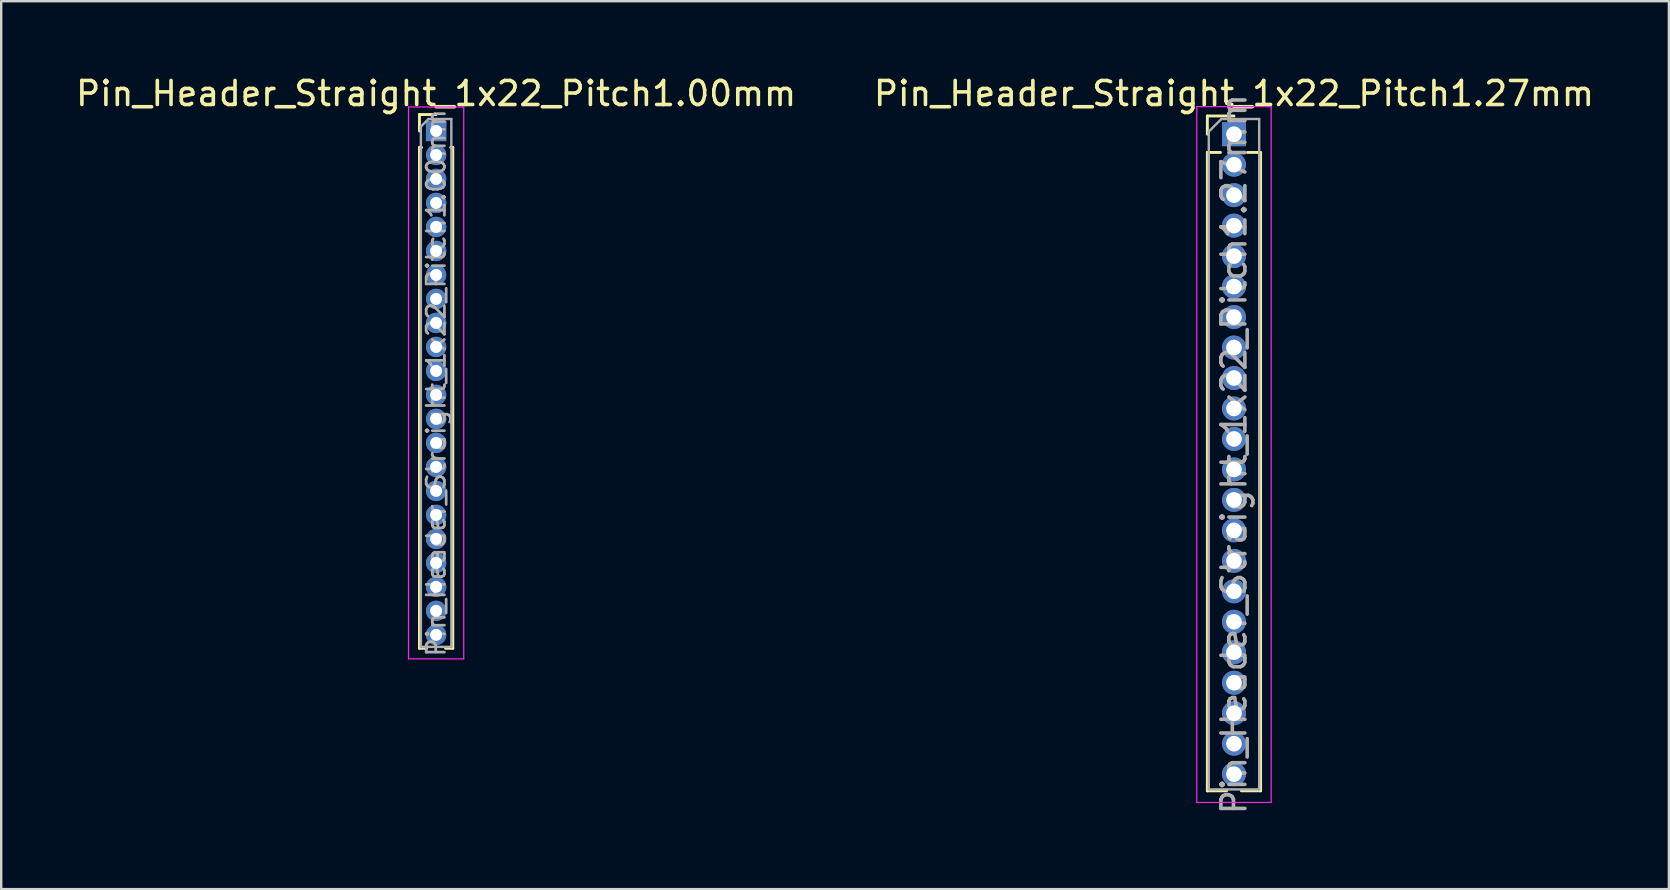
<source format=kicad_pcb>
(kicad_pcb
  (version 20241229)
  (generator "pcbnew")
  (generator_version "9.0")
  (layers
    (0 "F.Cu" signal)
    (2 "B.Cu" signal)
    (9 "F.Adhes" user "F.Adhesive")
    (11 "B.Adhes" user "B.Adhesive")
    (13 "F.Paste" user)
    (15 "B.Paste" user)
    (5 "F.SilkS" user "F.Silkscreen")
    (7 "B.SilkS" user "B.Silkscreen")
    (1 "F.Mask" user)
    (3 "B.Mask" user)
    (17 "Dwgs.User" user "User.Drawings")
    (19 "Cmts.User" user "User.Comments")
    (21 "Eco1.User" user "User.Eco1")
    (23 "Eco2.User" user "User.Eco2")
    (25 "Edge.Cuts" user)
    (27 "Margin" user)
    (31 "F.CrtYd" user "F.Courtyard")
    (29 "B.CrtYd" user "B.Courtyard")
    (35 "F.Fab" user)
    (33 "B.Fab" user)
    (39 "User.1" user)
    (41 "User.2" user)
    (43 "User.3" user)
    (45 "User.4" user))
  (footprint "Pin_Header_Straight_1x22_Pitch1.00mm"
    (layer "F.Cu")
    (at 15.125 2.408)
    (property "Reference" "Pin_Header_Straight_1x22_Pitch1.00mm" (at 0 -1.56 0) (layer "F.SilkS") (effects (font (size 1 1) (thickness 0.15))))
    (attr through_hole)
    (fp_line (start -0.695 -0.685) (end 0 -0.685) (stroke (width 0.12) (type solid)) (layer "F.SilkS"))
    (fp_line (start -0.695 0) (end -0.695 -0.685) (stroke (width 0.12) (type solid)) (layer "F.SilkS"))
    (fp_line (start -0.695 0.685) (end -0.695 21.56) (stroke (width 0.12) (type solid)) (layer "F.SilkS"))
    (fp_line (start -0.695 0.685) (end -0.608 0.685) (stroke (width 0.12) (type solid)) (layer "F.SilkS"))
    (fp_line (start -0.695 21.56) (end -0.394 21.56) (stroke (width 0.12) (type solid)) (layer "F.SilkS"))
    (fp_line (start 0.394 21.56) (end 0.695 21.56) (stroke (width 0.12) (type solid)) (layer "F.SilkS"))
    (fp_line (start 0.608 0.685) (end 0.695 0.685) (stroke (width 0.12) (type solid)) (layer "F.SilkS"))
    (fp_line (start 0.695 0.685) (end 0.695 21.56) (stroke (width 0.12) (type solid)) (layer "F.SilkS"))
    (fp_line (start -1.15 -1) (end -1.15 22) (stroke (width 0.05) (type solid)) (layer "F.CrtYd"))
    (fp_line (start -1.15 22) (end 1.15 22) (stroke (width 0.05) (type solid)) (layer "F.CrtYd"))
    (fp_line (start 1.15 -1) (end -1.15 -1) (stroke (width 0.05) (type solid)) (layer "F.CrtYd"))
    (fp_line (start 1.15 22) (end 1.15 -1) (stroke (width 0.05) (type solid)) (layer "F.CrtYd"))
    (fp_line (start -0.635 -0.182) (end -0.318 -0.5) (stroke (width 0.1) (type solid)) (layer "F.Fab"))
    (fp_line (start -0.635 21.5) (end -0.635 -0.182) (stroke (width 0.1) (type solid)) (layer "F.Fab"))
    (fp_line (start -0.318 -0.5) (end 0.635 -0.5) (stroke (width 0.1) (type solid)) (layer "F.Fab"))
    (fp_line (start 0.635 -0.5) (end 0.635 21.5) (stroke (width 0.1) (type solid)) (layer "F.Fab"))
    (fp_line (start 0.635 21.5) (end -0.635 21.5) (stroke (width 0.1) (type solid)) (layer "F.Fab"))
    (fp_text user "${REFERENCE}" (at 0 10.5 90) (layer "F.Fab") (effects (font (size 0.76 0.76) (thickness 0.114))))
    (pad "1" thru_hole rect (at 0 0) (size 0.85 0.85) (drill 0.5) (layers "*.Cu" "*.Mask"))
    (pad "2" thru_hole oval (at 0 1) (size 0.85 0.85) (drill 0.5) (layers "*.Cu" "*.Mask"))
    (pad "3" thru_hole oval (at 0 2) (size 0.85 0.85) (drill 0.5) (layers "*.Cu" "*.Mask"))
    (pad "4" thru_hole oval (at 0 3) (size 0.85 0.85) (drill 0.5) (layers "*.Cu" "*.Mask"))
    (pad "5" thru_hole oval (at 0 4) (size 0.85 0.85) (drill 0.5) (layers "*.Cu" "*.Mask"))
    (pad "6" thru_hole oval (at 0 5) (size 0.85 0.85) (drill 0.5) (layers "*.Cu" "*.Mask"))
    (pad "7" thru_hole oval (at 0 6) (size 0.85 0.85) (drill 0.5) (layers "*.Cu" "*.Mask"))
    (pad "8" thru_hole oval (at 0 7) (size 0.85 0.85) (drill 0.5) (layers "*.Cu" "*.Mask"))
    (pad "9" thru_hole oval (at 0 8) (size 0.85 0.85) (drill 0.5) (layers "*.Cu" "*.Mask"))
    (pad "10" thru_hole oval (at 0 9) (size 0.85 0.85) (drill 0.5) (layers "*.Cu" "*.Mask"))
    (pad "11" thru_hole oval (at 0 10) (size 0.85 0.85) (drill 0.5) (layers "*.Cu" "*.Mask"))
    (pad "12" thru_hole oval (at 0 11) (size 0.85 0.85) (drill 0.5) (layers "*.Cu" "*.Mask"))
    (pad "13" thru_hole oval (at 0 12) (size 0.85 0.85) (drill 0.5) (layers "*.Cu" "*.Mask"))
    (pad "14" thru_hole oval (at 0 13) (size 0.85 0.85) (drill 0.5) (layers "*.Cu" "*.Mask"))
    (pad "15" thru_hole oval (at 0 14) (size 0.85 0.85) (drill 0.5) (layers "*.Cu" "*.Mask"))
    (pad "16" thru_hole oval (at 0 15) (size 0.85 0.85) (drill 0.5) (layers "*.Cu" "*.Mask"))
    (pad "17" thru_hole oval (at 0 16) (size 0.85 0.85) (drill 0.5) (layers "*.Cu" "*.Mask"))
    (pad "18" thru_hole oval (at 0 17) (size 0.85 0.85) (drill 0.5) (layers "*.Cu" "*.Mask"))
    (pad "19" thru_hole oval (at 0 18) (size 0.85 0.85) (drill 0.5) (layers "*.Cu" "*.Mask"))
    (pad "20" thru_hole oval (at 0 19) (size 0.85 0.85) (drill 0.5) (layers "*.Cu" "*.Mask"))
    (pad "21" thru_hole oval (at 0 20) (size 0.85 0.85) (drill 0.5) (layers "*.Cu" "*.Mask"))
    (pad "22" thru_hole oval (at 0 21) (size 0.85 0.85) (drill 0.5) (layers "*.Cu" "*.Mask")))
  (footprint "Pin_Header_Straight_1x22_Pitch1.27mm"
    (layer "F.Cu")
    (at 48.375 2.543)
    (property "Reference" "Pin_Header_Straight_1x22_Pitch1.27mm" (at 0 -1.695 0) (layer "F.SilkS") (effects (font (size 1 1) (thickness 0.15))))
    (attr through_hole)
    (fp_line (start -1.11 -0.76) (end 0 -0.76) (stroke (width 0.12) (type solid)) (layer "F.SilkS"))
    (fp_line (start -1.11 0) (end -1.11 -0.76) (stroke (width 0.12) (type solid)) (layer "F.SilkS"))
    (fp_line (start -1.11 0.76) (end -1.11 27.365) (stroke (width 0.12) (type solid)) (layer "F.SilkS"))
    (fp_line (start -1.11 0.76) (end -0.563 0.76) (stroke (width 0.12) (type solid)) (layer "F.SilkS"))
    (fp_line (start -1.11 27.365) (end -0.308 27.365) (stroke (width 0.12) (type solid)) (layer "F.SilkS"))
    (fp_line (start 0.308 27.365) (end 1.11 27.365) (stroke (width 0.12) (type solid)) (layer "F.SilkS"))
    (fp_line (start 0.563 0.76) (end 1.11 0.76) (stroke (width 0.12) (type solid)) (layer "F.SilkS"))
    (fp_line (start 1.11 0.76) (end 1.11 27.365) (stroke (width 0.12) (type solid)) (layer "F.SilkS"))
    (fp_line (start -1.55 -1.15) (end -1.55 27.85) (stroke (width 0.05) (type solid)) (layer "F.CrtYd"))
    (fp_line (start -1.55 27.85) (end 1.55 27.85) (stroke (width 0.05) (type solid)) (layer "F.CrtYd"))
    (fp_line (start 1.55 -1.15) (end -1.55 -1.15) (stroke (width 0.05) (type solid)) (layer "F.CrtYd"))
    (fp_line (start 1.55 27.85) (end 1.55 -1.15) (stroke (width 0.05) (type solid)) (layer "F.CrtYd"))
    (fp_line (start -1.05 -0.11) (end -0.525 -0.635) (stroke (width 0.1) (type solid)) (layer "F.Fab"))
    (fp_line (start -1.05 27.305) (end -1.05 -0.11) (stroke (width 0.1) (type solid)) (layer "F.Fab"))
    (fp_line (start -0.525 -0.635) (end 1.05 -0.635) (stroke (width 0.1) (type solid)) (layer "F.Fab"))
    (fp_line (start 1.05 -0.635) (end 1.05 27.305) (stroke (width 0.1) (type solid)) (layer "F.Fab"))
    (fp_line (start 1.05 27.305) (end -1.05 27.305) (stroke (width 0.1) (type solid)) (layer "F.Fab"))
    (fp_text user "${REFERENCE}" (at 0 13.335 90) (layer "F.Fab") (effects (font (size 1 1) (thickness 0.15))))
    (pad "1" thru_hole rect (at 0 0) (size 1 1) (drill 0.65) (layers "*.Cu" "*.Mask"))
    (pad "2" thru_hole oval (at 0 1.27) (size 1 1) (drill 0.65) (layers "*.Cu" "*.Mask"))
    (pad "3" thru_hole oval (at 0 2.54) (size 1 1) (drill 0.65) (layers "*.Cu" "*.Mask"))
    (pad "4" thru_hole oval (at 0 3.81) (size 1 1) (drill 0.65) (layers "*.Cu" "*.Mask"))
    (pad "5" thru_hole oval (at 0 5.08) (size 1 1) (drill 0.65) (layers "*.Cu" "*.Mask"))
    (pad "6" thru_hole oval (at 0 6.35) (size 1 1) (drill 0.65) (layers "*.Cu" "*.Mask"))
    (pad "7" thru_hole oval (at 0 7.62) (size 1 1) (drill 0.65) (layers "*.Cu" "*.Mask"))
    (pad "8" thru_hole oval (at 0 8.89) (size 1 1) (drill 0.65) (layers "*.Cu" "*.Mask"))
    (pad "9" thru_hole oval (at 0 10.16) (size 1 1) (drill 0.65) (layers "*.Cu" "*.Mask"))
    (pad "10" thru_hole oval (at 0 11.43) (size 1 1) (drill 0.65) (layers "*.Cu" "*.Mask"))
    (pad "11" thru_hole oval (at 0 12.7) (size 1 1) (drill 0.65) (layers "*.Cu" "*.Mask"))
    (pad "12" thru_hole oval (at 0 13.97) (size 1 1) (drill 0.65) (layers "*.Cu" "*.Mask"))
    (pad "13" thru_hole oval (at 0 15.24) (size 1 1) (drill 0.65) (layers "*.Cu" "*.Mask"))
    (pad "14" thru_hole oval (at 0 16.51) (size 1 1) (drill 0.65) (layers "*.Cu" "*.Mask"))
    (pad "15" thru_hole oval (at 0 17.78) (size 1 1) (drill 0.65) (layers "*.Cu" "*.Mask"))
    (pad "16" thru_hole oval (at 0 19.05) (size 1 1) (drill 0.65) (layers "*.Cu" "*.Mask"))
    (pad "17" thru_hole oval (at 0 20.32) (size 1 1) (drill 0.65) (layers "*.Cu" "*.Mask"))
    (pad "18" thru_hole oval (at 0 21.59) (size 1 1) (drill 0.65) (layers "*.Cu" "*.Mask"))
    (pad "19" thru_hole oval (at 0 22.86) (size 1 1) (drill 0.65) (layers "*.Cu" "*.Mask"))
    (pad "20" thru_hole oval (at 0 24.13) (size 1 1) (drill 0.65) (layers "*.Cu" "*.Mask"))
    (pad "21" thru_hole oval (at 0 25.4) (size 1 1) (drill 0.65) (layers "*.Cu" "*.Mask"))
    (pad "22" thru_hole oval (at 0 26.67) (size 1 1) (drill 0.65) (layers "*.Cu" "*.Mask")))
  (gr_rect
    (start -3 -3)
    (end 66.5 34.003)
    (stroke (width 0.1) (type default))
    (fill no)
    (layer "Edge.Cuts")))
</source>
